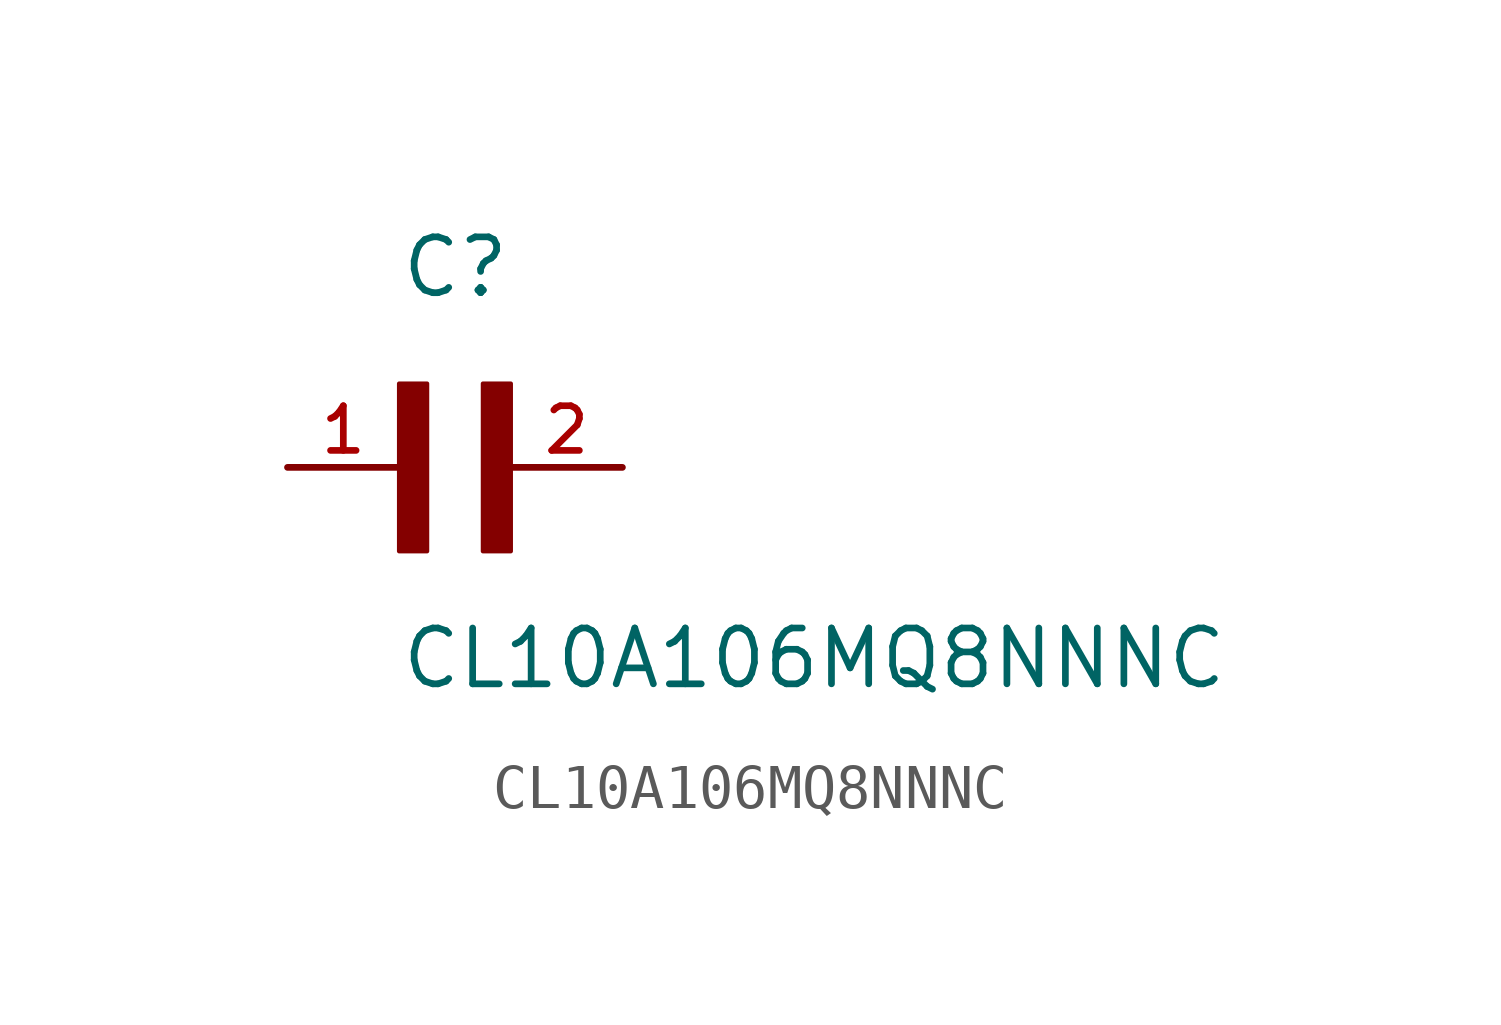
<source format=kicad_sym>
(kicad_symbol_lib
  (version 20211014)
  (generator kicad_symbol_editor)
  (symbol "CL10A106MQ8NNNC"
    (pin_names
      (offset 1.016))
    (property "Reference" "C"
      (at 0.0 3.811 0)
      (effects (font (size 1.27 1.27)) (justify bottom left)))
    (property "Value" "CL10A106MQ8NNNC"
      (at 0.0 -5.088 0)
      (effects (font (size 1.27 1.27)) (justify bottom left)))
    (symbol "CL10A106MQ8NNNC_0_0"
      (rectangle (start 0.0 -1.907) (end 0.635 1.905) (stroke (width 0.1)) (fill (type outline)))
      (rectangle (start 1.907 -1.907) (end 2.54 1.905) (stroke (width 0.1)) (fill (type outline)))
      (pin passive line (at -2.54 0.0 0) (length 2.54) (name "~" (effects (font (size 1.016 1.016)))) (number "1" (effects (font (size 1.016 1.016)))))
      (pin passive line (at 5.08 0.0 180.0) (length 2.54) (name "~" (effects (font (size 1.016 1.016)))) (number "2" (effects (font (size 1.016 1.016))))))))
</source>
